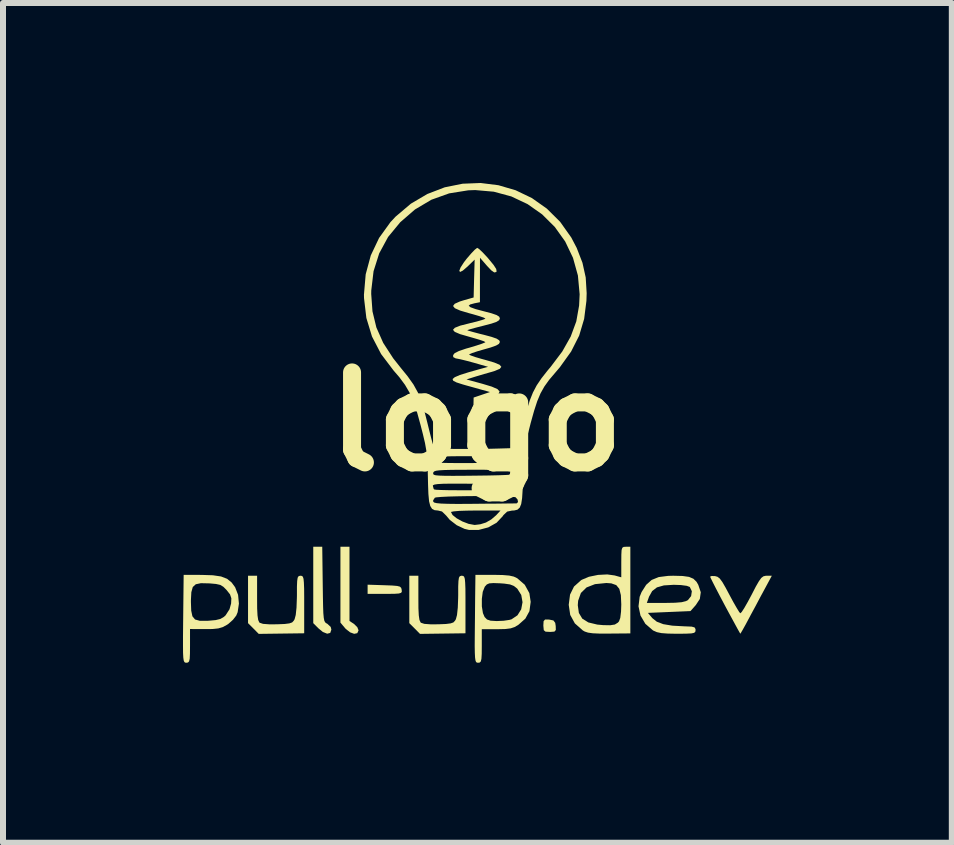
<source format=kicad_pcb>
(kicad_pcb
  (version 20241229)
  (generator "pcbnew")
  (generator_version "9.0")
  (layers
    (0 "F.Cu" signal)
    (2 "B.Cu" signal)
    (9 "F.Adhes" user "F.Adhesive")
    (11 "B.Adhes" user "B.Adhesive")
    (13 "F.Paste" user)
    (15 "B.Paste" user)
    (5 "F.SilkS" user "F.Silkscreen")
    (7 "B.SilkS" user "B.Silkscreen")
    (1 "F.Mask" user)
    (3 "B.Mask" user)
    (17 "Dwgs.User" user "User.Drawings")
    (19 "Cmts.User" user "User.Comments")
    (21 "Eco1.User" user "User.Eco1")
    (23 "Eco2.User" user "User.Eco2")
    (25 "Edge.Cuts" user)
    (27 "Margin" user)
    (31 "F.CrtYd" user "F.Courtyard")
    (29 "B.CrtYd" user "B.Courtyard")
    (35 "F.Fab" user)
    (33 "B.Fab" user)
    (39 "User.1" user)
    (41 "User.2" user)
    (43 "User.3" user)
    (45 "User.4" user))
  (footprint "logo"
    (layer "F.Cu")
    (at 4.889 3.979)
    (property "Reference" "logo" (at 0 0 0) (layer "F.SilkS") (effects (font (size 1.5 1.5) (thickness 0.3))))
    (attr board_only exclude_from_pos_files exclude_from_bom)
    (fp_poly (pts (xy -2.114 2.702) (xy -2.114 3.321) (xy -2.039 3.37) (xy -1.984 3.424) (xy -1.963 3.477) (xy -1.984 3.524) (xy -2.036 3.535) (xy -2.104 3.51) (xy -2.175 3.454) (xy -2.187 3.441) (xy -2.265 3.348) (xy -2.265 2.716) (xy -2.265 2.084) (xy -2.19 2.084) (xy -2.114 2.084)) (stroke (width 0) (type solid)) (fill yes) (layer "F.SilkS"))
    (fp_poly (pts (xy -1.533 2.725) (xy -1.401 2.73) (xy -1.319 2.737) (xy -1.273 2.749) (xy -1.252 2.77) (xy -1.244 2.801) (xy -1.242 2.833) (xy -1.254 2.852) (xy -1.292 2.863) (xy -1.366 2.868) (xy -1.486 2.869) (xy -1.523 2.869) (xy -1.812 2.869) (xy -1.812 2.793) (xy -1.812 2.716)) (stroke (width 0) (type solid)) (fill yes) (layer "F.SilkS"))
    (fp_poly (pts (xy 1.216 3.298) (xy 1.285 3.312) (xy 1.315 3.352) (xy 1.323 3.405) (xy 1.325 3.471) (xy 1.302 3.498) (xy 1.238 3.503) (xy 1.225 3.503) (xy 1.153 3.499) (xy 1.124 3.474) (xy 1.118 3.409) (xy 1.117 3.396) (xy 1.121 3.325) (xy 1.145 3.297) (xy 1.204 3.297)) (stroke (width 0) (type solid)) (fill yes) (layer "F.SilkS"))
    (fp_poly (pts (xy -2.56 2.711) (xy -2.557 2.92) (xy -2.554 3.077) (xy -2.55 3.19) (xy -2.543 3.267) (xy -2.534 3.315) (xy -2.52 3.343) (xy -2.502 3.358) (xy -2.484 3.367) (xy -2.427 3.42) (xy -2.416 3.465) (xy -2.435 3.52) (xy -2.486 3.533) (xy -2.558 3.504) (xy -2.63 3.445) (xy -2.718 3.357) (xy -2.718 2.721) (xy -2.718 2.084) (xy -2.643 2.084) (xy -2.568 2.084)) (stroke (width 0) (type solid)) (fill yes) (layer "F.SilkS"))
    (fp_poly (pts (xy -3.654 2.941) (xy -3.653 3.111) (xy -3.647 3.228) (xy -3.636 3.303) (xy -3.618 3.343) (xy -3.612 3.35) (xy -3.555 3.369) (xy -3.446 3.377) (xy -3.318 3.376) (xy -3.194 3.371) (xy -3.116 3.361) (xy -3.07 3.345) (xy -3.043 3.316) (xy -3.029 3.292) (xy -3.01 3.221) (xy -2.997 3.099) (xy -2.991 2.939) (xy -2.99 2.892) (xy -2.99 2.748) (xy -2.986 2.655) (xy -2.978 2.6) (xy -2.963 2.575) (xy -2.939 2.567) (xy -2.93 2.567) (xy -2.907 2.57) (xy -2.891 2.584) (xy -2.88 2.619) (xy -2.874 2.682) (xy -2.87 2.784) (xy -2.869 2.931) (xy -2.869 3.046) (xy -2.869 3.526) (xy -3.248 3.531) (xy -3.627 3.536) (xy -3.716 3.446) (xy -3.805 3.357) (xy -3.805 2.962) (xy -3.805 2.567) (xy -3.73 2.567) (xy -3.654 2.567)) (stroke (width 0) (type solid)) (fill yes) (layer "F.SilkS"))
    (fp_poly (pts (xy -0.966 2.941) (xy -0.965 3.111) (xy -0.959 3.228) (xy -0.948 3.303) (xy -0.93 3.343) (xy -0.924 3.35) (xy -0.867 3.369) (xy -0.758 3.377) (xy -0.63 3.376) (xy -0.506 3.371) (xy -0.428 3.361) (xy -0.382 3.345) (xy -0.355 3.316) (xy -0.341 3.292) (xy -0.322 3.221) (xy -0.309 3.099) (xy -0.303 2.939) (xy -0.302 2.892) (xy -0.302 2.748) (xy -0.298 2.655) (xy -0.29 2.6) (xy -0.275 2.575) (xy -0.251 2.567) (xy -0.242 2.567) (xy -0.219 2.57) (xy -0.203 2.584) (xy -0.192 2.619) (xy -0.186 2.682) (xy -0.182 2.784) (xy -0.181 2.931) (xy -0.181 3.046) (xy -0.181 3.526) (xy -0.56 3.531) (xy -0.939 3.536) (xy -1.028 3.446) (xy -1.117 3.357) (xy -1.117 2.962) (xy -1.117 2.567) (xy -1.042 2.567) (xy -0.966 2.567)) (stroke (width 0) (type solid)) (fill yes) (layer "F.SilkS"))
    (fp_poly (pts (xy 4.807 2.786) (xy 4.736 2.917) (xy 4.653 3.074) (xy 4.57 3.227) (xy 4.548 3.269) (xy 4.488 3.381) (xy 4.439 3.469) (xy 4.408 3.522) (xy 4.4 3.533) (xy 4.385 3.508) (xy 4.346 3.438) (xy 4.288 3.331) (xy 4.215 3.197) (xy 4.145 3.067) (xy 4.064 2.914) (xy 3.994 2.78) (xy 3.94 2.674) (xy 3.906 2.605) (xy 3.896 2.582) (xy 3.922 2.571) (xy 3.979 2.573) (xy 4.019 2.584) (xy 4.057 2.613) (xy 4.1 2.671) (xy 4.155 2.766) (xy 4.218 2.884) (xy 4.283 3.005) (xy 4.34 3.104) (xy 4.381 3.171) (xy 4.4 3.193) (xy 4.423 3.171) (xy 4.466 3.105) (xy 4.523 3.005) (xy 4.588 2.884) (xy 4.658 2.748) (xy 4.71 2.658) (xy 4.749 2.604) (xy 4.784 2.577) (xy 4.82 2.568) (xy 4.837 2.567) (xy 4.925 2.567)) (stroke (width 0) (type solid)) (fill yes) (layer "F.SilkS"))
    (fp_poly (pts (xy 2.567 2.806) (xy 2.567 3.528) (xy 2.212 3.531) (xy 2.052 3.531) (xy 1.94 3.526) (xy 1.862 3.515) (xy 1.807 3.497) (xy 1.774 3.478) (xy 1.642 3.361) (xy 1.565 3.22) (xy 1.541 3.058) (xy 1.691 3.058) (xy 1.709 3.187) (xy 1.766 3.282) (xy 1.867 3.345) (xy 2.016 3.381) (xy 2.114 3.39) (xy 2.232 3.392) (xy 2.309 3.38) (xy 2.36 3.348) (xy 2.378 3.327) (xy 2.399 3.27) (xy 2.412 3.164) (xy 2.416 3.045) (xy 2.409 2.89) (xy 2.383 2.785) (xy 2.332 2.723) (xy 2.25 2.694) (xy 2.167 2.688) (xy 1.978 2.707) (xy 1.837 2.762) (xy 1.743 2.854) (xy 1.697 2.983) (xy 1.691 3.058) (xy 1.541 3.058) (xy 1.54 3.052) (xy 1.562 2.881) (xy 1.628 2.747) (xy 1.744 2.643) (xy 1.756 2.635) (xy 1.877 2.584) (xy 2.028 2.553) (xy 2.182 2.545) (xy 2.305 2.562) (xy 2.416 2.593) (xy 2.416 2.338) (xy 2.417 2.215) (xy 2.421 2.139) (xy 2.433 2.101) (xy 2.456 2.086) (xy 2.492 2.084) (xy 2.567 2.084)) (stroke (width 0) (type solid)) (fill yes) (layer "F.SilkS"))
    (fp_poly (pts (xy 3.438 2.571) (xy 3.545 2.586) (xy 3.618 2.617) (xy 3.67 2.668) (xy 3.699 2.718) (xy 3.741 2.842) (xy 3.725 2.954) (xy 3.657 3.057) (xy 3.569 3.156) (xy 3.214 3.171) (xy 2.859 3.186) (xy 2.934 3.274) (xy 3.008 3.333) (xy 3.116 3.374) (xy 3.266 3.399) (xy 3.467 3.41) (xy 3.496 3.411) (xy 3.589 3.415) (xy 3.637 3.428) (xy 3.653 3.456) (xy 3.654 3.473) (xy 3.65 3.5) (xy 3.631 3.518) (xy 3.586 3.528) (xy 3.503 3.532) (xy 3.373 3.534) (xy 3.345 3.534) (xy 3.192 3.531) (xy 3.085 3.523) (xy 3.009 3.507) (xy 2.95 3.481) (xy 2.942 3.476) (xy 2.817 3.368) (xy 2.736 3.23) (xy 2.703 3.076) (xy 2.71 3.02) (xy 2.842 3.02) (xy 3.151 3.02) (xy 3.311 3.017) (xy 3.422 3.008) (xy 3.494 2.99) (xy 3.527 2.973) (xy 3.58 2.906) (xy 3.592 2.825) (xy 3.558 2.754) (xy 3.507 2.735) (xy 3.409 2.722) (xy 3.29 2.718) (xy 3.126 2.728) (xy 3.01 2.761) (xy 2.931 2.822) (xy 2.878 2.917) (xy 2.874 2.929) (xy 2.842 3.02) (xy 2.71 3.02) (xy 2.722 2.918) (xy 2.754 2.839) (xy 2.831 2.718) (xy 2.922 2.637) (xy 3.04 2.589) (xy 3.198 2.569) (xy 3.283 2.567)) (stroke (width 0) (type solid)) (fill yes) (layer "F.SilkS"))
    (fp_poly (pts (xy -4.576 2.553) (xy -4.391 2.559) (xy -4.255 2.579) (xy -4.154 2.618) (xy -4.078 2.68) (xy -4.02 2.759) (xy -3.971 2.885) (xy -3.957 3.032) (xy -3.978 3.174) (xy -4.001 3.23) (xy -4.056 3.301) (xy -4.136 3.372) (xy -4.16 3.387) (xy -4.229 3.424) (xy -4.301 3.445) (xy -4.397 3.455) (xy -4.523 3.456) (xy -4.772 3.455) (xy -4.772 3.736) (xy -4.773 3.867) (xy -4.777 3.95) (xy -4.788 3.995) (xy -4.806 4.013) (xy -4.833 4.017) (xy -4.852 4.015) (xy -4.866 4.005) (xy -4.877 3.979) (xy -4.884 3.931) (xy -4.888 3.853) (xy -4.889 3.738) (xy -4.889 3.58) (xy -4.887 3.371) (xy -4.886 3.284) (xy -4.883 3.005) (xy -4.757 3.005) (xy -4.752 3.149) (xy -4.732 3.243) (xy -4.688 3.296) (xy -4.609 3.318) (xy -4.488 3.318) (xy -4.463 3.317) (xy -4.344 3.306) (xy -4.266 3.287) (xy -4.208 3.253) (xy -4.18 3.228) (xy -4.114 3.126) (xy -4.087 3.029) (xy -4.083 2.943) (xy -4.105 2.878) (xy -4.161 2.807) (xy -4.215 2.752) (xy -4.267 2.72) (xy -4.339 2.704) (xy -4.448 2.694) (xy -4.46 2.694) (xy -4.591 2.691) (xy -4.676 2.709) (xy -4.726 2.755) (xy -4.75 2.841) (xy -4.757 2.975) (xy -4.757 3.005) (xy -4.883 3.005) (xy -4.878 2.552)) (stroke (width 0) (type solid)) (fill yes) (layer "F.SilkS"))
    (fp_poly (pts (xy 0.287 2.552) (xy 0.44 2.555) (xy 0.548 2.564) (xy 0.624 2.581) (xy 0.681 2.608) (xy 0.807 2.717) (xy 0.884 2.857) (xy 0.906 3.002) (xy 0.885 3.158) (xy 0.817 3.282) (xy 0.702 3.384) (xy 0.638 3.422) (xy 0.572 3.444) (xy 0.484 3.455) (xy 0.357 3.458) (xy 0.342 3.458) (xy 0.091 3.458) (xy 0.091 3.738) (xy 0.09 3.869) (xy 0.085 3.951) (xy 0.075 3.995) (xy 0.056 4.014) (xy 0.03 4.017) (xy 0.011 4.015) (xy -0.004 4.005) (xy -0.014 3.979) (xy -0.021 3.931) (xy -0.025 3.853) (xy -0.027 3.738) (xy -0.026 3.58) (xy -0.024 3.371) (xy -0.023 3.284) (xy -0.02 2.952) (xy 0.092 2.952) (xy 0.092 3.078) (xy 0.11 3.19) (xy 0.138 3.255) (xy 0.178 3.296) (xy 0.237 3.316) (xy 0.334 3.322) (xy 0.347 3.322) (xy 0.456 3.317) (xy 0.551 3.303) (xy 0.587 3.293) (xy 0.686 3.226) (xy 0.748 3.126) (xy 0.77 3.008) (xy 0.749 2.888) (xy 0.683 2.783) (xy 0.681 2.781) (xy 0.627 2.738) (xy 0.562 2.712) (xy 0.466 2.698) (xy 0.397 2.693) (xy 0.285 2.689) (xy 0.216 2.694) (xy 0.175 2.712) (xy 0.143 2.747) (xy 0.14 2.752) (xy 0.107 2.835) (xy 0.092 2.952) (xy -0.02 2.952) (xy -0.015 2.552)) (stroke (width 0) (type solid)) (fill yes) (layer "F.SilkS"))
    (fp_poly (pts (xy 0.368 -3.942) (xy 0.655 -3.858) (xy 0.926 -3.728) (xy 1.175 -3.552) (xy 1.396 -3.333) (xy 1.582 -3.071) (xy 1.673 -2.897) (xy 1.769 -2.649) (xy 1.823 -2.405) (xy 1.839 -2.143) (xy 1.835 -2.015) (xy 1.797 -1.714) (xy 1.714 -1.435) (xy 1.58 -1.17) (xy 1.393 -0.909) (xy 1.314 -0.816) (xy 1.213 -0.697) (xy 1.134 -0.587) (xy 1.07 -0.473) (xy 1.015 -0.342) (xy 0.962 -0.179) (xy 0.904 0.029) (xy 0.901 0.042) (xy 0.854 0.226) (xy 0.821 0.371) (xy 0.799 0.495) (xy 0.786 0.617) (xy 0.779 0.758) (xy 0.776 0.935) (xy 0.776 0.939) (xy 0.772 1.133) (xy 0.763 1.274) (xy 0.748 1.371) (xy 0.723 1.432) (xy 0.685 1.466) (xy 0.632 1.479) (xy 0.593 1.481) (xy 0.514 1.498) (xy 0.453 1.555) (xy 0.438 1.577) (xy 0.337 1.684) (xy 0.199 1.761) (xy 0.04 1.803) (xy -0.119 1.804) (xy -0.196 1.786) (xy -0.326 1.725) (xy -0.442 1.636) (xy -0.5 1.567) (xy -0.563 1.505) (xy -0.423 1.505) (xy -0.396 1.555) (xy -0.327 1.61) (xy -0.233 1.662) (xy -0.129 1.702) (xy -0.032 1.72) (xy -0.022 1.72) (xy 0.067 1.709) (xy 0.16 1.68) (xy 0.251 1.627) (xy 0.33 1.559) (xy 0.403 1.48) (xy -0.01 1.48) (xy -0.16 1.482) (xy -0.286 1.486) (xy -0.376 1.494) (xy -0.42 1.503) (xy -0.423 1.505) (xy -0.563 1.505) (xy -0.573 1.496) (xy -0.638 1.48) (xy -0.696 1.474) (xy -0.738 1.452) (xy -0.768 1.404) (xy -0.788 1.324) (xy -0.789 1.31) (xy -0.72 1.31) (xy -0.718 1.333) (xy -0.702 1.347) (xy -0.661 1.357) (xy -0.589 1.364) (xy -0.479 1.368) (xy -0.324 1.37) (xy -0.118 1.369) (xy -0.026 1.368) (xy 0.17 1.366) (xy 0.346 1.365) (xy 0.493 1.363) (xy 0.601 1.362) (xy 0.662 1.361) (xy 0.672 1.361) (xy 0.695 1.339) (xy 0.687 1.296) (xy 0.655 1.26) (xy 0.647 1.257) (xy 0.598 1.25) (xy 0.502 1.244) (xy 0.369 1.241) (xy 0.21 1.239) (xy 0.036 1.239) (xy -0.141 1.24) (xy -0.311 1.243) (xy -0.462 1.247) (xy -0.583 1.253) (xy -0.664 1.26) (xy -0.691 1.266) (xy -0.72 1.31) (xy -0.789 1.31) (xy -0.799 1.203) (xy -0.804 1.067) (xy -0.725 1.067) (xy -0.711 1.119) (xy -0.704 1.128) (xy -0.669 1.134) (xy -0.583 1.138) (xy -0.454 1.141) (xy -0.291 1.142) (xy -0.103 1.142) (xy -0.002 1.141) (xy 0.221 1.138) (xy 0.391 1.134) (xy 0.514 1.129) (xy 0.597 1.122) (xy 0.648 1.113) (xy 0.673 1.101) (xy 0.68 1.087) (xy 0.672 1.073) (xy 0.646 1.061) (xy 0.593 1.052) (xy 0.508 1.046) (xy 0.383 1.041) (xy 0.212 1.037) (xy -0.013 1.034) (xy -0.023 1.034) (xy -0.252 1.032) (xy -0.428 1.032) (xy -0.556 1.034) (xy -0.643 1.039) (xy -0.696 1.047) (xy -0.721 1.058) (xy -0.725 1.067) (xy -0.804 1.067) (xy -0.805 1.033) (xy -0.807 0.939) (xy -0.809 0.854) (xy -0.719 0.854) (xy -0.719 0.871) (xy -0.707 0.884) (xy -0.675 0.893) (xy -0.617 0.898) (xy -0.525 0.901) (xy -0.393 0.902) (xy -0.214 0.901) (xy -0.025 0.899) (xy 0.202 0.896) (xy 0.376 0.892) (xy 0.503 0.887) (xy 0.59 0.881) (xy 0.644 0.872) (xy 0.671 0.861) (xy 0.68 0.846) (xy 0.68 0.846) (xy 0.673 0.831) (xy 0.647 0.82) (xy 0.596 0.812) (xy 0.512 0.806) (xy 0.389 0.803) (xy 0.219 0.801) (xy -0.003 0.8) (xy -0.015 0.8) (xy -0.238 0.801) (xy -0.407 0.802) (xy -0.531 0.805) (xy -0.617 0.81) (xy -0.671 0.817) (xy -0.702 0.828) (xy -0.716 0.843) (xy -0.719 0.854) (xy -0.809 0.854) (xy -0.811 0.756) (xy -0.818 0.614) (xy -0.725 0.614) (xy -0.711 0.666) (xy -0.704 0.675) (xy -0.669 0.681) (xy -0.583 0.685) (xy -0.454 0.688) (xy -0.291 0.689) (xy -0.103 0.689) (xy -0.002 0.688) (xy 0.218 0.685) (xy 0.386 0.681) (xy 0.508 0.677) (xy 0.592 0.671) (xy 0.645 0.662) (xy 0.674 0.65) (xy 0.687 0.635) (xy 0.689 0.627) (xy 0.688 0.61) (xy 0.675 0.597) (xy 0.642 0.588) (xy 0.582 0.581) (xy 0.489 0.577) (xy 0.354 0.575) (xy 0.172 0.574) (xy -0.013 0.574) (xy -0.245 0.574) (xy -0.424 0.576) (xy -0.555 0.58) (xy -0.643 0.586) (xy -0.697 0.595) (xy -0.722 0.606) (xy -0.725 0.614) (xy -0.818 0.614) (xy -0.819 0.61) (xy -0.833 0.483) (xy -0.856 0.353) (xy -0.892 0.201) (xy -0.928 0.06) (xy -0.989 -0.162) (xy -1.049 -0.339) (xy -1.113 -0.485) (xy -1.189 -0.615) (xy -1.283 -0.742) (xy -1.378 -0.852) (xy -1.587 -1.128) (xy -1.739 -1.42) (xy -1.833 -1.73) (xy -1.872 -2.061) (xy -1.873 -2.124) (xy -1.872 -2.129) (xy -1.752 -2.129) (xy -1.731 -1.84) (xy -1.666 -1.571) (xy -1.552 -1.314) (xy -1.386 -1.058) (xy -1.269 -0.91) (xy -1.144 -0.756) (xy -1.048 -0.621) (xy -0.974 -0.487) (xy -0.915 -0.339) (xy -0.861 -0.16) (xy -0.817 0.014) (xy -0.781 0.16) (xy -0.749 0.285) (xy -0.724 0.376) (xy -0.709 0.423) (xy -0.708 0.425) (xy -0.673 0.437) (xy -0.59 0.446) (xy -0.474 0.452) (xy -0.377 0.453) (xy -0.062 0.453) (xy -0.054 0.025) (xy -0.045 -0.403) (xy 0.091 -0.449) (xy 0.227 -0.495) (xy 0.076 -0.537) (xy -0.049 -0.572) (xy -0.186 -0.61) (xy -0.234 -0.624) (xy -0.33 -0.655) (xy -0.385 -0.683) (xy -0.396 -0.711) (xy -0.36 -0.742) (xy -0.274 -0.779) (xy -0.134 -0.823) (xy 0.06 -0.878) (xy 0.196 -0.915) (xy -0.045 -0.984) (xy -0.164 -1.016) (xy -0.266 -1.041) (xy -0.332 -1.054) (xy -0.342 -1.055) (xy -0.385 -1.077) (xy -0.387 -1.11) (xy -0.361 -1.143) (xy -0.291 -1.178) (xy -0.171 -1.219) (xy -0.113 -1.235) (xy 0.003 -1.27) (xy 0.093 -1.3) (xy 0.144 -1.321) (xy 0.151 -1.327) (xy 0.124 -1.342) (xy 0.051 -1.367) (xy -0.055 -1.398) (xy -0.122 -1.417) (xy -0.271 -1.46) (xy -0.36 -1.498) (xy -0.389 -1.532) (xy -0.358 -1.566) (xy -0.267 -1.602) (xy -0.116 -1.64) (xy -0.113 -1.641) (xy 0.003 -1.669) (xy 0.094 -1.695) (xy 0.145 -1.714) (xy 0.151 -1.719) (xy 0.124 -1.735) (xy 0.051 -1.76) (xy -0.055 -1.791) (xy -0.122 -1.809) (xy -0.27 -1.853) (xy -0.358 -1.892) (xy -0.388 -1.929) (xy -0.36 -1.966) (xy -0.275 -2.004) (xy -0.211 -2.024) (xy -0.045 -2.071) (xy -0.037 -2.387) (xy -0.028 -2.702) (xy -0.146 -2.587) (xy -0.225 -2.519) (xy -0.271 -2.496) (xy -0.284 -2.515) (xy -0.263 -2.57) (xy -0.207 -2.657) (xy -0.161 -2.717) (xy -0.087 -2.803) (xy -0.026 -2.867) (xy 0.012 -2.897) (xy 0.015 -2.898) (xy 0.048 -2.877) (xy 0.107 -2.821) (xy 0.183 -2.74) (xy 0.205 -2.714) (xy 0.288 -2.613) (xy 0.331 -2.546) (xy 0.338 -2.506) (xy 0.331 -2.495) (xy 0.299 -2.488) (xy 0.249 -2.523) (xy 0.179 -2.597) (xy 0.061 -2.733) (xy 0.06 -2.363) (xy 0.06 -1.992) (xy -0.031 -1.974) (xy -0.104 -1.954) (xy -0.127 -1.933) (xy -0.097 -1.908) (xy -0.011 -1.877) (xy 0.121 -1.842) (xy 0.254 -1.807) (xy 0.338 -1.778) (xy 0.381 -1.751) (xy 0.393 -1.722) (xy 0.38 -1.692) (xy 0.337 -1.665) (xy 0.254 -1.636) (xy 0.121 -1.601) (xy 0.003 -1.571) (xy -0.09 -1.546) (xy -0.143 -1.529) (xy -0.151 -1.525) (xy -0.124 -1.515) (xy -0.051 -1.494) (xy 0.055 -1.466) (xy 0.121 -1.45) (xy 0.255 -1.414) (xy 0.338 -1.385) (xy 0.381 -1.357) (xy 0.393 -1.33) (xy 0.378 -1.299) (xy 0.33 -1.27) (xy 0.238 -1.237) (xy 0.136 -1.208) (xy 0.021 -1.175) (xy -0.067 -1.146) (xy -0.115 -1.125) (xy -0.121 -1.12) (xy -0.094 -1.105) (xy -0.021 -1.079) (xy 0.085 -1.048) (xy 0.151 -1.03) (xy 0.298 -0.987) (xy 0.387 -0.95) (xy 0.417 -0.915) (xy 0.391 -0.882) (xy 0.308 -0.847) (xy 0.249 -0.829) (xy 0.129 -0.795) (xy 0.011 -0.76) (xy -0.044 -0.743) (xy -0.164 -0.705) (xy 0.106 -0.631) (xy 0.258 -0.585) (xy 0.352 -0.544) (xy 0.388 -0.504) (xy 0.369 -0.465) (xy 0.295 -0.423) (xy 0.236 -0.399) (xy 0.076 -0.339) (xy 0.067 0.058) (xy 0.059 0.455) (xy 0.369 0.447) (xy 0.68 0.438) (xy 0.786 0.015) (xy 0.841 -0.192) (xy 0.891 -0.355) (xy 0.944 -0.488) (xy 1.006 -0.606) (xy 1.085 -0.723) (xy 1.188 -0.854) (xy 1.237 -0.912) (xy 1.432 -1.17) (xy 1.573 -1.42) (xy 1.666 -1.672) (xy 1.713 -1.936) (xy 1.722 -2.124) (xy 1.693 -2.437) (xy 1.611 -2.732) (xy 1.481 -3.004) (xy 1.308 -3.246) (xy 1.097 -3.456) (xy 0.854 -3.627) (xy 0.583 -3.755) (xy 0.291 -3.834) (xy -0.019 -3.861) (xy -0.134 -3.857) (xy -0.453 -3.806) (xy -0.749 -3.7) (xy -1.022 -3.538) (xy -1.268 -3.325) (xy -1.471 -3.079) (xy -1.619 -2.806) (xy -1.713 -2.508) (xy -1.751 -2.188) (xy -1.752 -2.129) (xy -1.872 -2.129) (xy -1.844 -2.457) (xy -1.759 -2.772) (xy -1.621 -3.063) (xy -1.431 -3.327) (xy -1.345 -3.419) (xy -1.091 -3.634) (xy -0.816 -3.796) (xy -0.527 -3.907) (xy -0.229 -3.967) (xy 0.072 -3.979)) (stroke (width 0) (type solid)) (fill yes) (layer "F.SilkS")))
  (gr_rect
    (start -3 -3)
    (end 12.814 10.996)
    (stroke (width 0.1) (type default))
    (fill no)
    (layer "Edge.Cuts")))
</source>
